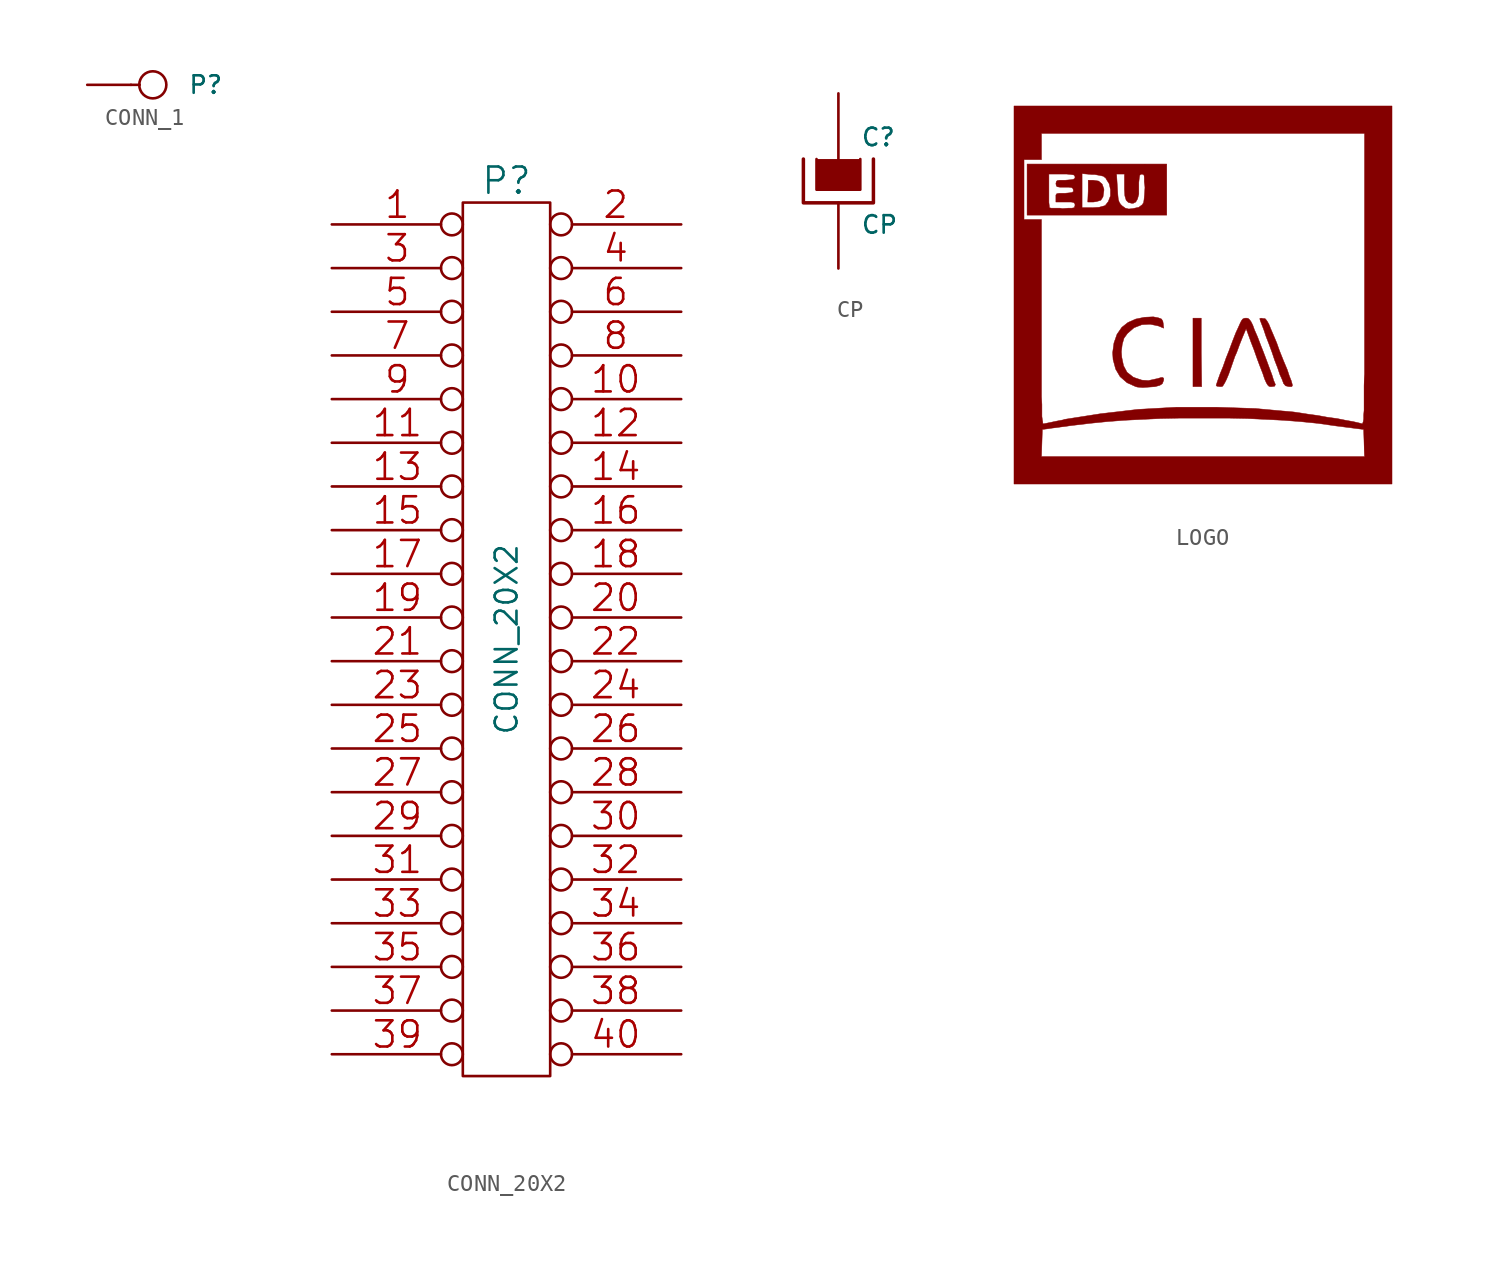
<source format=kicad_sym>
(kicad_symbol_lib
  (version 20231120)
  (generator "kicad_symbol_editor")
  (generator_version "8.0")
  (symbol "CONN_1"
    (pin_numbers hide)
    (pin_names
      (offset 0.762) hide)
    (property "Reference" "P"
      (at 2.032 0 0)
      (effects (font (size 1.016 1.016)) (justify left)))
    (property "Footprint" ""
      (at 0 0 0)
      (effects (font (size 1.524 1.524))))
    (property "Datasheet" ""
      (at 0 0 0)
      (effects (font (size 1.524 1.524))))
    (symbol "CONN_1_0_1"
      (polyline (pts (xy -0.762 0) (xy -1.27 0)) (stroke (width 0) (type solid)) (fill (type none)))
      (circle (center 0 0) (radius 0.787) (stroke (width 0) (type solid)) (fill (type none))))
    (symbol "CONN_1_1_1"
      (pin passive line (at -3.81 0 0) (length 2.54) (name "1" (effects (font (size 1.524 1.524)))) (number "1" (effects (font (size 1.524 1.524)))))))
  (symbol "CONN_20X2"
    (pin_names
      (offset 0.254) hide)
    (property "Reference" "P"
      (at 0 26.67 0)
      (effects (font (size 1.524 1.524))))
    (property "Value" "CONN_20X2"
      (at 0 0 90)
      (effects (font (size 1.27 1.27))))
    (property "Footprint" ""
      (at 0 0 0)
      (effects (font (size 1.524 1.524))))
    (property "Datasheet" ""
      (at 0 0 0)
      (effects (font (size 1.524 1.524))))
    (symbol "CONN_20X2_0_1"
      (rectangle (start -2.54 25.4) (end 2.54 -25.4) (stroke (width 0) (type solid)) (fill (type none))))
    (symbol "CONN_20X2_1_1"
      (pin passive inverted (at -10.16 24.13 0) (length 7.62) (name "P1" (effects (font (size 0.762 0.762)))) (number "1" (effects (font (size 1.524 1.524)))))
      (pin passive inverted (at 10.16 13.97 180) (length 7.62) (name "P10" (effects (font (size 0.762 0.762)))) (number "10" (effects (font (size 1.524 1.524)))))
      (pin passive inverted (at -10.16 11.43 0) (length 7.62) (name "P11" (effects (font (size 0.762 0.762)))) (number "11" (effects (font (size 1.524 1.524)))))
      (pin passive inverted (at 10.16 11.43 180) (length 7.62) (name "P12" (effects (font (size 0.762 0.762)))) (number "12" (effects (font (size 1.524 1.524)))))
      (pin passive inverted (at -10.16 8.89 0) (length 7.62) (name "P13" (effects (font (size 0.762 0.762)))) (number "13" (effects (font (size 1.524 1.524)))))
      (pin passive inverted (at 10.16 8.89 180) (length 7.62) (name "P14" (effects (font (size 0.762 0.762)))) (number "14" (effects (font (size 1.524 1.524)))))
      (pin passive inverted (at -10.16 6.35 0) (length 7.62) (name "P15" (effects (font (size 0.762 0.762)))) (number "15" (effects (font (size 1.524 1.524)))))
      (pin passive inverted (at 10.16 6.35 180) (length 7.62) (name "P16" (effects (font (size 0.762 0.762)))) (number "16" (effects (font (size 1.524 1.524)))))
      (pin passive inverted (at -10.16 3.81 0) (length 7.62) (name "P17" (effects (font (size 0.762 0.762)))) (number "17" (effects (font (size 1.524 1.524)))))
      (pin passive inverted (at 10.16 3.81 180) (length 7.62) (name "P18" (effects (font (size 0.762 0.762)))) (number "18" (effects (font (size 1.524 1.524)))))
      (pin passive inverted (at -10.16 1.27 0) (length 7.62) (name "P19" (effects (font (size 0.762 0.762)))) (number "19" (effects (font (size 1.524 1.524)))))
      (pin passive inverted (at 10.16 24.13 180) (length 7.62) (name "P2" (effects (font (size 0.762 0.762)))) (number "2" (effects (font (size 1.524 1.524)))))
      (pin passive inverted (at 10.16 1.27 180) (length 7.62) (name "P20" (effects (font (size 0.762 0.762)))) (number "20" (effects (font (size 1.524 1.524)))))
      (pin passive inverted (at -10.16 -1.27 0) (length 7.62) (name "P21" (effects (font (size 0.762 0.762)))) (number "21" (effects (font (size 1.524 1.524)))))
      (pin passive inverted (at 10.16 -1.27 180) (length 7.62) (name "P22" (effects (font (size 0.762 0.762)))) (number "22" (effects (font (size 1.524 1.524)))))
      (pin passive inverted (at -10.16 -3.81 0) (length 7.62) (name "P23" (effects (font (size 0.762 0.762)))) (number "23" (effects (font (size 1.524 1.524)))))
      (pin passive inverted (at 10.16 -3.81 180) (length 7.62) (name "P24" (effects (font (size 0.762 0.762)))) (number "24" (effects (font (size 1.524 1.524)))))
      (pin passive inverted (at -10.16 -6.35 0) (length 7.62) (name "~" (effects (font (size 0.762 0.762)))) (number "25" (effects (font (size 1.524 1.524)))))
      (pin passive inverted (at 10.16 -6.35 180) (length 7.62) (name "P26" (effects (font (size 0.762 0.762)))) (number "26" (effects (font (size 1.524 1.524)))))
      (pin passive inverted (at -10.16 -8.89 0) (length 7.62) (name "P27" (effects (font (size 0.762 0.762)))) (number "27" (effects (font (size 1.524 1.524)))))
      (pin passive inverted (at 10.16 -8.89 180) (length 7.62) (name "P28" (effects (font (size 0.762 0.762)))) (number "28" (effects (font (size 1.524 1.524)))))
      (pin passive inverted (at -10.16 -11.43 0) (length 7.62) (name "P29" (effects (font (size 0.762 0.762)))) (number "29" (effects (font (size 1.524 1.524)))))
      (pin passive inverted (at -10.16 21.59 0) (length 7.62) (name "P3" (effects (font (size 0.762 0.762)))) (number "3" (effects (font (size 1.524 1.524)))))
      (pin passive inverted (at 10.16 -11.43 180) (length 7.62) (name "P30" (effects (font (size 0.762 0.762)))) (number "30" (effects (font (size 1.524 1.524)))))
      (pin passive inverted (at -10.16 -13.97 0) (length 7.62) (name "P31" (effects (font (size 0.762 0.762)))) (number "31" (effects (font (size 1.524 1.524)))))
      (pin passive inverted (at 10.16 -13.97 180) (length 7.62) (name "P32" (effects (font (size 0.762 0.762)))) (number "32" (effects (font (size 1.524 1.524)))))
      (pin passive inverted (at -10.16 -16.51 0) (length 7.62) (name "P33" (effects (font (size 0.762 0.762)))) (number "33" (effects (font (size 1.524 1.524)))))
      (pin passive inverted (at 10.16 -16.51 180) (length 7.62) (name "P34" (effects (font (size 0.762 0.762)))) (number "34" (effects (font (size 1.524 1.524)))))
      (pin passive inverted (at -10.16 -19.05 0) (length 7.62) (name "P35" (effects (font (size 0.762 0.762)))) (number "35" (effects (font (size 1.524 1.524)))))
      (pin passive inverted (at 10.16 -19.05 180) (length 7.62) (name "P36" (effects (font (size 0.762 0.762)))) (number "36" (effects (font (size 1.524 1.524)))))
      (pin passive inverted (at -10.16 -21.59 0) (length 7.62) (name "P37" (effects (font (size 0.762 0.762)))) (number "37" (effects (font (size 1.524 1.524)))))
      (pin passive inverted (at 10.16 -21.59 180) (length 7.62) (name "P38" (effects (font (size 0.762 0.762)))) (number "38" (effects (font (size 1.524 1.524)))))
      (pin passive inverted (at -10.16 -24.13 0) (length 7.62) (name "P39" (effects (font (size 0.762 0.762)))) (number "39" (effects (font (size 1.524 1.524)))))
      (pin passive inverted (at 10.16 21.59 180) (length 7.62) (name "P4" (effects (font (size 0.762 0.762)))) (number "4" (effects (font (size 1.524 1.524)))))
      (pin passive inverted (at 10.16 -24.13 180) (length 7.62) (name "P40" (effects (font (size 0.762 0.762)))) (number "40" (effects (font (size 1.524 1.524)))))
      (pin passive inverted (at -10.16 19.05 0) (length 7.62) (name "P5" (effects (font (size 0.762 0.762)))) (number "5" (effects (font (size 1.524 1.524)))))
      (pin passive inverted (at 10.16 19.05 180) (length 7.62) (name "P6" (effects (font (size 0.762 0.762)))) (number "6" (effects (font (size 1.524 1.524)))))
      (pin passive inverted (at -10.16 16.51 0) (length 7.62) (name "P7" (effects (font (size 0.762 0.762)))) (number "7" (effects (font (size 1.524 1.524)))))
      (pin passive inverted (at 10.16 16.51 180) (length 7.62) (name "P8" (effects (font (size 0.762 0.762)))) (number "8" (effects (font (size 1.524 1.524)))))
      (pin passive inverted (at -10.16 13.97 0) (length 7.62) (name "P9" (effects (font (size 0.762 0.762)))) (number "9" (effects (font (size 1.524 1.524)))))))
  (symbol "CP"
    (pin_numbers hide)
    (pin_names
      (offset 0.254) hide)
    (property "Reference" "C"
      (at 1.27 2.54 0)
      (effects (font (size 1.016 1.016)) (justify left)))
    (property "Value" "CP"
      (at 1.27 -2.54 0)
      (effects (font (size 1.016 1.016)) (justify left)))
    (property "Footprint" ""
      (at 2.54 -3.81 0)
      (effects (font (size 0.762 0.762))))
    (property "Datasheet" ""
      (at 0 0 0)
      (effects (font (size 7.62 7.62))))
    (symbol "CP_0_1"
      (polyline (pts (xy -2.032 1.27) (xy -2.032 -1.27) (xy 2.032 -1.27) (xy 2.032 1.27)) (stroke (width 0.203) (type solid)) (fill (type none)))
      (polyline (pts (xy -1.27 1.27) (xy -1.27 -0.508) (xy 1.27 -0.508) (xy 1.27 1.27)) (stroke (width 0) (type solid)) (fill (type outline))))
    (symbol "CP_1_1"
      (pin passive line (at 0 5.08 270) (length 3.81) (name "~" (effects (font (size 1.016 1.016)))) (number "1" (effects (font (size 1.016 1.016)))))
      (pin passive line (at 0 -5.08 90) (length 3.81) (name "~" (effects (font (size 1.016 1.016)))) (number "2" (effects (font (size 1.016 1.016)))))))
  (symbol "LOGO"
    (pin_names
      (offset 1.016))
    (property "Reference" "#G"
      (at 0 -10.236 0)
      (effects (font (size 1.524 1.524)) (hide yes)))
    (property "Footprint" ""
      (at 0 0 0)
      (effects (font (size 1.524 1.524))))
    (property "Datasheet" ""
      (at 0 0 0)
      (effects (font (size 1.524 1.524))))
    (symbol "LOGO_0_0"
      (polyline (pts (xy -0.076 -5.334) (xy -0.102 -3.353) (xy -0.102 -1.346) (xy -0.356 -1.346) (xy -0.584 -1.346) (xy -0.584 -3.353) (xy -0.584 -5.334) (xy -0.33 -5.334) (xy -0.076 -5.334) (xy -0.076 -5.334)) (stroke (width 0.025) (type solid)) (fill (type outline)))
      (polyline (pts (xy -5.766 6.172) (xy -5.867 6.452) (xy -6.071 6.629) (xy -6.401 6.68) (xy -6.68 6.68) (xy -6.68 6.045) (xy -6.706 5.41) (xy -6.375 5.41) (xy -6.198 5.436) (xy -5.944 5.512) (xy -5.817 5.715) (xy -5.766 6.071) (xy -5.766 6.172) (xy -5.766 6.172)) (stroke (width 0.025) (type solid)) (fill (type outline)))
      (polyline (pts (xy 5.207 -5.258) (xy 5.182 -5.156) (xy 5.131 -4.978) (xy 5.029 -4.724) (xy 4.902 -4.343) (xy 4.699 -3.861) (xy 4.445 -3.226) (xy 4.293 -2.794) (xy 4.089 -2.311) (xy 3.937 -1.956) (xy 3.835 -1.702) (xy 3.734 -1.524) (xy 3.658 -1.422) (xy 3.607 -1.372) (xy 3.531 -1.372) (xy 3.378 -1.346) (xy 3.302 -1.372) (xy 3.327 -1.473) (xy 3.404 -1.676) (xy 3.531 -2.007) (xy 3.658 -2.388) (xy 3.835 -2.845) (xy 4.013 -3.327) (xy 4.166 -3.785) (xy 4.343 -4.242) (xy 4.47 -4.623) (xy 4.597 -4.902) (xy 4.674 -5.105) (xy 4.674 -5.131) (xy 4.801 -5.283) (xy 5.004 -5.334) (xy 5.08 -5.334) (xy 5.156 -5.334) (xy 5.182 -5.309) (xy 5.207 -5.258) (xy 5.207 -5.258)) (stroke (width 0.025) (type solid)) (fill (type outline)))
      (polyline (pts (xy -2.286 -1.93) (xy -2.311 -1.676) (xy -2.337 -1.524) (xy -2.413 -1.397) (xy -2.616 -1.321) (xy -2.896 -1.27) (xy -3.404 -1.295) (xy -3.912 -1.397) (xy -4.369 -1.6) (xy -4.724 -1.88) (xy -5.004 -2.286) (xy -5.182 -2.794) (xy -5.258 -3.353) (xy -5.232 -3.759) (xy -5.08 -4.318) (xy -4.826 -4.75) (xy -4.42 -5.105) (xy -3.912 -5.334) (xy -3.81 -5.359) (xy -3.505 -5.385) (xy -3.15 -5.359) (xy -2.794 -5.334) (xy -2.515 -5.258) (xy -2.362 -5.156) (xy -2.286 -4.953) (xy -2.286 -4.851) (xy -2.337 -4.801) (xy -2.438 -4.801) (xy -2.692 -4.877) (xy -2.718 -4.877) (xy -3.175 -4.978) (xy -3.556 -4.953) (xy -3.937 -4.826) (xy -4.064 -4.775) (xy -4.42 -4.496) (xy -4.623 -4.115) (xy -4.724 -3.632) (xy -4.75 -3.302) (xy -4.699 -2.87) (xy -4.597 -2.515) (xy -4.394 -2.235) (xy -4.013 -1.905) (xy -3.556 -1.727) (xy -3.073 -1.702) (xy -2.591 -1.803) (xy -2.286 -1.93) (xy -2.286 -1.93)) (stroke (width 0.025) (type solid)) (fill (type outline)))
      (polyline (pts (xy 4.216 -5.207) (xy 4.191 -5.156) (xy 4.115 -4.978) (xy 4.013 -4.648) (xy 3.861 -4.242) (xy 3.683 -3.759) (xy 3.48 -3.226) (xy 3.378 -2.972) (xy 3.175 -2.438) (xy 2.997 -2.032) (xy 2.896 -1.753) (xy 2.794 -1.549) (xy 2.718 -1.448) (xy 2.642 -1.372) (xy 2.565 -1.346) (xy 2.489 -1.346) (xy 2.438 -1.346) (xy 2.362 -1.372) (xy 2.311 -1.397) (xy 2.235 -1.499) (xy 2.159 -1.651) (xy 2.057 -1.88) (xy 1.905 -2.21) (xy 1.727 -2.667) (xy 1.499 -3.277) (xy 1.346 -3.658) (xy 1.168 -4.166) (xy 0.991 -4.597) (xy 0.864 -4.953) (xy 0.787 -5.182) (xy 0.762 -5.258) (xy 0.813 -5.309) (xy 0.991 -5.334) (xy 1.067 -5.334) (xy 1.143 -5.309) (xy 1.194 -5.232) (xy 1.27 -5.105) (xy 1.372 -4.902) (xy 1.499 -4.597) (xy 1.651 -4.166) (xy 1.854 -3.581) (xy 1.956 -3.353) (xy 2.134 -2.87) (xy 2.286 -2.489) (xy 2.413 -2.184) (xy 2.489 -2.007) (xy 2.515 -1.956) (xy 2.515 -1.981) (xy 2.565 -2.108) (xy 2.667 -2.388) (xy 2.794 -2.743) (xy 2.972 -3.2) (xy 3.15 -3.708) (xy 3.302 -4.115) (xy 3.48 -4.572) (xy 3.581 -4.877) (xy 3.683 -5.105) (xy 3.759 -5.232) (xy 3.835 -5.309) (xy 3.912 -5.334) (xy 3.988 -5.334) (xy 4.166 -5.309) (xy 4.216 -5.207) (xy 4.216 -5.207)) (stroke (width 0.025) (type solid)) (fill (type outline)))
      (polyline (pts (xy 10.998 10.998) (xy 9.398 10.998) (xy 9.398 9.398) (xy 9.398 0.914) (xy 9.398 0.838) (xy 9.398 -0.559) (xy 9.398 -1.778) (xy 9.398 -2.87) (xy 9.398 -3.785) (xy 9.398 -4.597) (xy 9.398 -9.398) (xy 0 -9.398) (xy -9.398 -9.398) (xy -9.373 -8.611) (xy -9.347 -7.823) (xy -8.941 -7.772) (xy -8.788 -7.747) (xy -7.645 -7.595) (xy -6.579 -7.468) (xy -5.563 -7.366) (xy -4.572 -7.29) (xy -3.556 -7.239) (xy -2.464 -7.188) (xy -1.295 -7.163) (xy 0 -7.163) (xy 0.152 -7.163) (xy 1.448 -7.163) (xy 2.591 -7.188) (xy 3.658 -7.239) (xy 4.674 -7.29) (xy 5.664 -7.366) (xy 6.68 -7.468) (xy 7.747 -7.62) (xy 8.941 -7.772) (xy 9.347 -7.823) (xy 9.373 -8.611) (xy 9.398 -9.398) (xy 9.398 -4.597) (xy 9.373 -5.283) (xy 9.373 -5.867) (xy 9.373 -6.325) (xy 9.373 -6.706) (xy 9.347 -6.985) (xy 9.347 -7.214) (xy 9.322 -7.366) (xy 9.296 -7.442) (xy 9.296 -7.493) (xy 9.271 -7.493) (xy 9.068 -7.442) (xy 8.738 -7.366) (xy 8.306 -7.29) (xy 7.798 -7.188) (xy 7.239 -7.112) (xy 6.68 -7.01) (xy 6.121 -6.934) (xy 5.639 -6.858) (xy 5.283 -6.807) (xy 3.048 -6.604) (xy 0.762 -6.528) (xy -1.524 -6.528) (xy -3.785 -6.655) (xy -5.969 -6.909) (xy -8.077 -7.239) (xy -8.128 -7.264) (xy -8.534 -7.341) (xy -8.89 -7.417) (xy -9.144 -7.468) (xy -9.271 -7.493) (xy -9.296 -7.493) (xy -9.322 -7.468) (xy -9.322 -7.391) (xy -9.347 -7.264) (xy -9.373 -7.061) (xy -9.373 -6.756) (xy -9.373 -6.375) (xy -9.398 -5.918) (xy -9.398 -5.309) (xy -9.398 -4.597) (xy -9.398 -3.734) (xy -9.398 -2.743) (xy -9.398 -1.575) (xy -9.398 4.394) (xy -9.906 4.394) (xy -10.414 4.394) (xy -10.414 6.147) (xy -10.414 7.874) (xy -9.906 7.874) (xy -9.398 7.874) (xy -9.398 8.636) (xy -9.398 9.398) (xy 0 9.398) (xy 9.398 9.398) (xy 9.398 10.998) (xy 0 10.998) (xy -10.998 10.998) (xy -10.998 0) (xy -10.998 -10.998) (xy 0 -10.998) (xy 10.998 -10.998) (xy 10.998 0) (xy 10.998 10.998) (xy 10.998 10.998)) (stroke (width 0.025) (type solid)) (fill (type outline)))
      (polyline (pts (xy -2.108 7.62) (xy -3.378 7.62) (xy -3.378 6.248) (xy -3.404 5.842) (xy -3.429 5.563) (xy -3.454 5.385) (xy -3.531 5.258) (xy -3.734 5.105) (xy -4.089 5.029) (xy -4.318 5.004) (xy -4.521 5.055) (xy -4.699 5.182) (xy -4.801 5.283) (xy -4.877 5.41) (xy -4.928 5.563) (xy -4.953 5.817) (xy -4.978 6.223) (xy -5.029 7.036) (xy -4.801 7.036) (xy -4.572 7.036) (xy -4.572 6.325) (xy -4.572 6.147) (xy -4.547 5.766) (xy -4.47 5.512) (xy -4.343 5.385) (xy -4.14 5.334) (xy -4.064 5.334) (xy -3.912 5.41) (xy -3.81 5.588) (xy -3.734 5.867) (xy -3.734 6.325) (xy -3.734 6.553) (xy -3.708 6.807) (xy -3.683 6.96) (xy -3.632 7.01) (xy -3.556 7.036) (xy -3.48 7.01) (xy -3.429 6.96) (xy -3.404 6.833) (xy -3.404 6.604) (xy -3.378 6.248) (xy -3.378 7.62) (xy -5.385 7.62) (xy -5.385 6.147) (xy -5.385 5.766) (xy -5.512 5.436) (xy -5.69 5.207) (xy -5.766 5.182) (xy -6.045 5.105) (xy -6.452 5.08) (xy -7.036 5.08) (xy -7.036 6.071) (xy -7.036 7.061) (xy -6.452 7.01) (xy -6.299 7.01) (xy -6.02 6.96) (xy -5.791 6.909) (xy -5.639 6.782) (xy -5.639 6.756) (xy -5.461 6.477) (xy -5.385 6.147) (xy -5.385 7.62) (xy -6.172 7.62) (xy -7.442 7.62) (xy -7.442 6.858) (xy -7.468 6.782) (xy -7.544 6.731) (xy -7.696 6.706) (xy -8.001 6.68) (xy -8.103 6.68) (xy -8.357 6.68) (xy -8.484 6.655) (xy -8.534 6.604) (xy -8.56 6.477) (xy -8.534 6.35) (xy -8.484 6.299) (xy -8.331 6.274) (xy -8.052 6.274) (xy -7.823 6.274) (xy -7.645 6.248) (xy -7.569 6.198) (xy -7.544 6.096) (xy -7.544 6.02) (xy -7.62 5.969) (xy -7.772 5.944) (xy -8.052 5.918) (xy -8.128 5.918) (xy -8.382 5.918) (xy -8.509 5.893) (xy -8.56 5.817) (xy -8.56 5.664) (xy -8.56 5.41) (xy -8.001 5.41) (xy -7.95 5.41) (xy -7.671 5.41) (xy -7.544 5.385) (xy -7.468 5.334) (xy -7.442 5.232) (xy -7.468 5.156) (xy -7.493 5.08) (xy -7.62 5.055) (xy -7.823 5.055) (xy -8.179 5.029) (xy -8.331 5.055) (xy -8.636 5.055) (xy -8.839 5.055) (xy -8.941 5.08) (xy -8.941 5.156) (xy -8.966 5.385) (xy -8.966 5.69) (xy -8.966 6.071) (xy -8.966 7.036) (xy -8.204 7.036) (xy -7.925 7.036) (xy -7.671 7.01) (xy -7.518 6.985) (xy -7.468 6.934) (xy -7.442 6.858) (xy -7.442 7.62) (xy -10.236 7.62) (xy -10.236 6.147) (xy -10.236 4.648) (xy -6.172 4.648) (xy -2.108 4.648) (xy -2.108 6.147) (xy -2.108 7.62) (xy -2.108 7.62)) (stroke (width 0.025) (type solid)) (fill (type outline))))))
</source>
